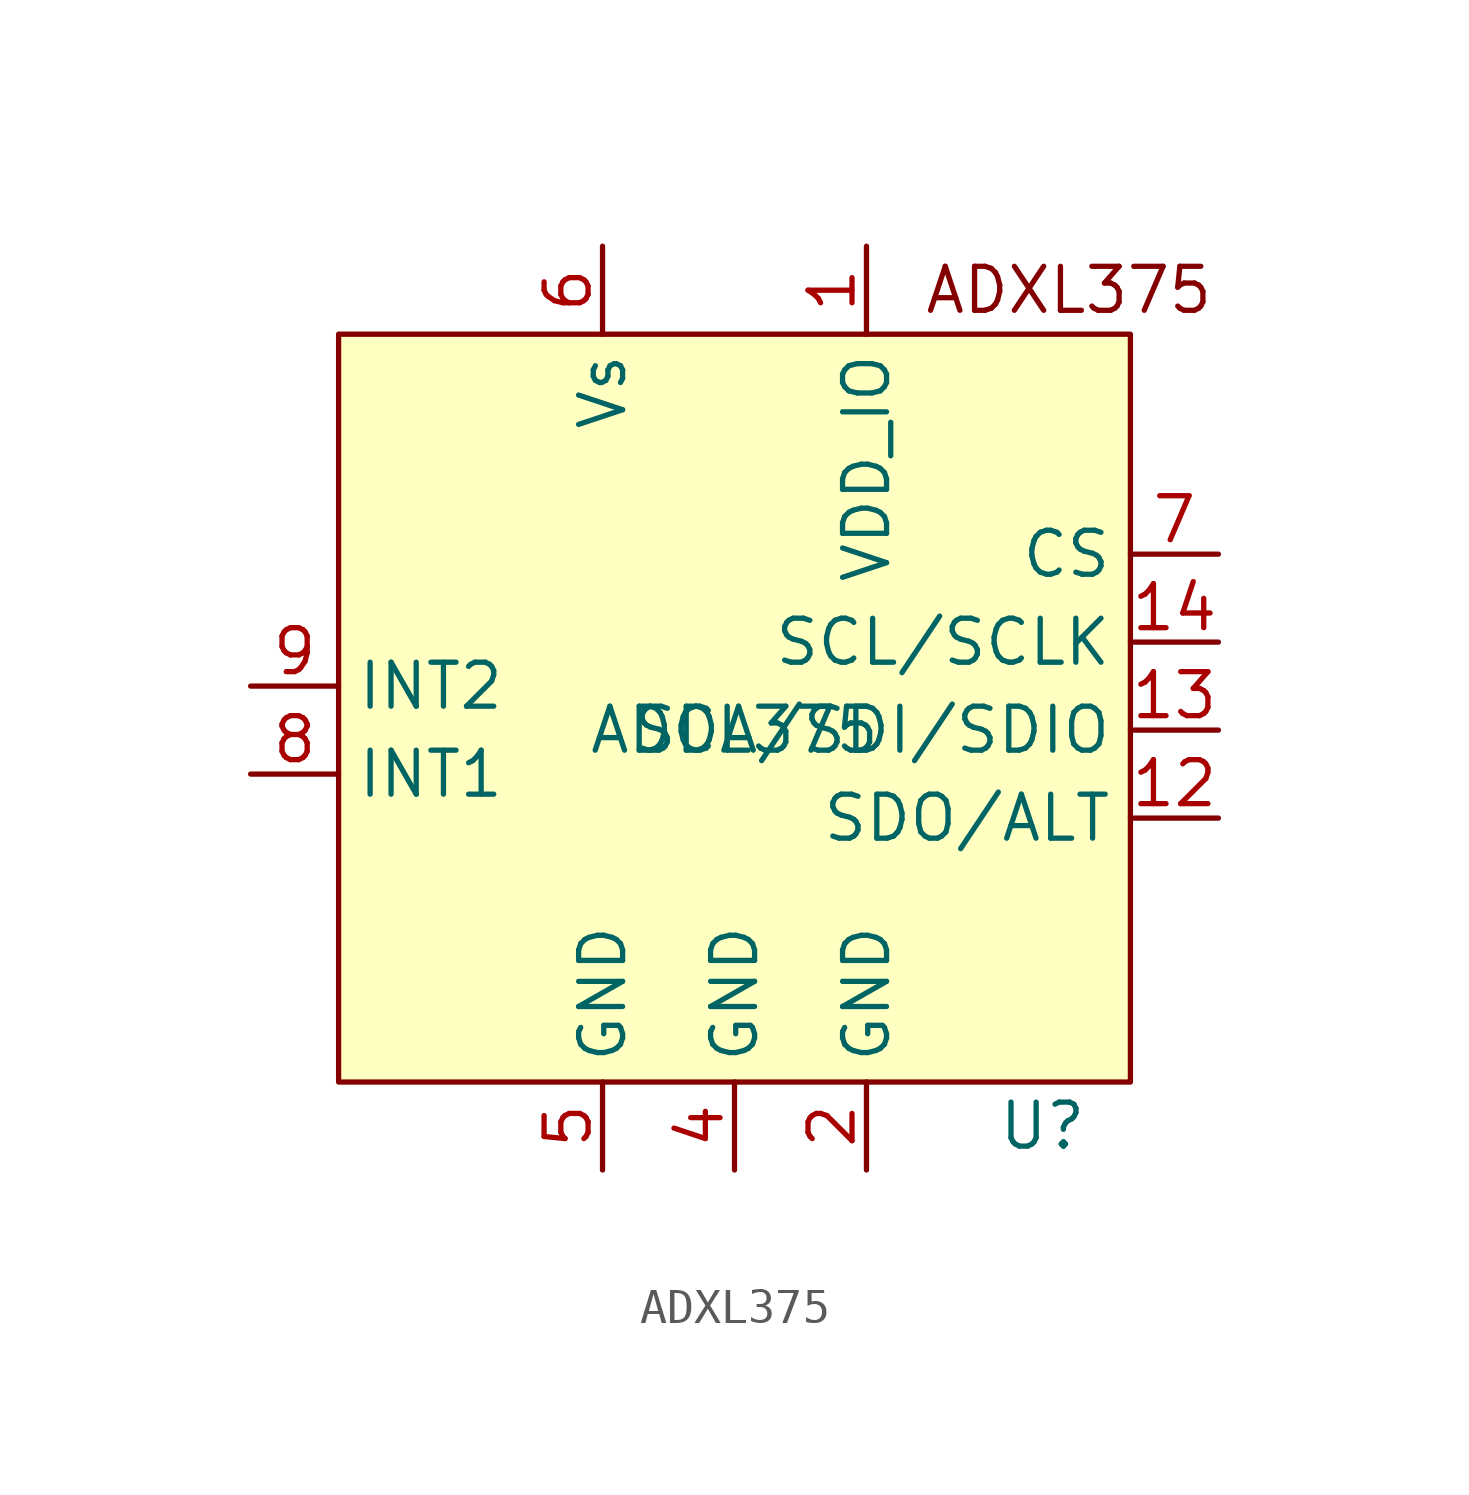
<source format=kicad_sym>
(kicad_symbol_lib
  (version 20241209)
  (generator "kicad_symbol_editor")
  (generator_version "9.0")
  (symbol "ADXL375"
    (property "Reference" "U"
      (at 8.89 -11.43 0)
      (effects (font (size 1.27 1.27))))
    (property "Value" "ADCL375"
      (at 0 0 0)
      (effects (font (size 1.27 1.27))))
    (symbol "ADXL375_0_0"
      (pin output line (at -13.97 1.27 0) (length 2.54) (name "INT2" (effects (font (size 1.27 1.27)))) (number "9" (effects (font (size 1.27 1.27)))))
      (pin output line (at -13.97 -1.27 0) (length 2.54) (name "INT1" (effects (font (size 1.27 1.27)))) (number "8" (effects (font (size 1.27 1.27)))))
      (pin power_in line (at -3.81 13.97 270) (length 2.54) (name "Vs" (effects (font (size 1.27 1.27)))) (number "6" (effects (font (size 1.27 1.27)))))
      (pin power_out line (at -3.81 -12.7 90) (length 2.54) (name "GND" (effects (font (size 1.27 1.27)))) (number "5" (effects (font (size 1.27 1.27)))))
      (pin power_out line (at 0 -12.7 90) (length 2.54) (name "GND" (effects (font (size 1.27 1.27)))) (number "4" (effects (font (size 1.27 1.27)))))
      (pin power_in line (at 3.81 13.97 270) (length 2.54) (name "VDD_IO" (effects (font (size 1.27 1.27)))) (number "1" (effects (font (size 1.27 1.27)))))
      (pin power_out line (at 3.81 -12.7 90) (length 2.54) (name "GND" (effects (font (size 1.27 1.27)))) (number "2" (effects (font (size 1.27 1.27)))))
      (pin input line (at 13.97 5.08 180) (length 2.54) (name "CS" (effects (font (size 1.27 1.27)))) (number "7" (effects (font (size 1.27 1.27)))))
      (pin bidirectional line (at 13.97 2.54 180) (length 2.54) (name "SCL/SCLK" (effects (font (size 1.27 1.27)))) (number "14" (effects (font (size 1.27 1.27)))))
      (pin bidirectional line (at 13.97 0 180) (length 2.54) (name "SDA/SDI/SDIO" (effects (font (size 1.27 1.27)))) (number "13" (effects (font (size 1.27 1.27)))))
      (pin bidirectional line (at 13.97 -2.54 180) (length 2.54) (name "SDO/ALT" (effects (font (size 1.27 1.27)))) (number "12" (effects (font (size 1.27 1.27))))))
    (symbol "ADXL375_1_0"
      (pin no_connect line (at -13.97 6.35 0) (length 2.54) (hide yes) (name "RESERVED" (effects (font (size 1.27 1.27)))) (number "11" (effects (font (size 1.27 1.27)))))
      (pin no_connect line (at -13.97 -3.81 0) (length 2.54) (hide yes) (name "Reserved" (effects (font (size 1.27 1.27)))) (number "3" (effects (font (size 1.27 1.27)))))
      (pin no_connect line (at -12.7 3.81 0) (length 2.54) (hide yes) (name "NC" (effects (font (size 1.27 1.27)))) (number "10" (effects (font (size 1.27 1.27))))))
    (symbol "ADXL375_1_1"
      (rectangle (start -11.43 11.43) (end 11.43 -10.16) (stroke (width 0) (type solid)) (fill (type background)))
      (text "ADXL375" (at 9.652 12.7 0) (effects (font (size 1.27 1.27)))))))
</source>
